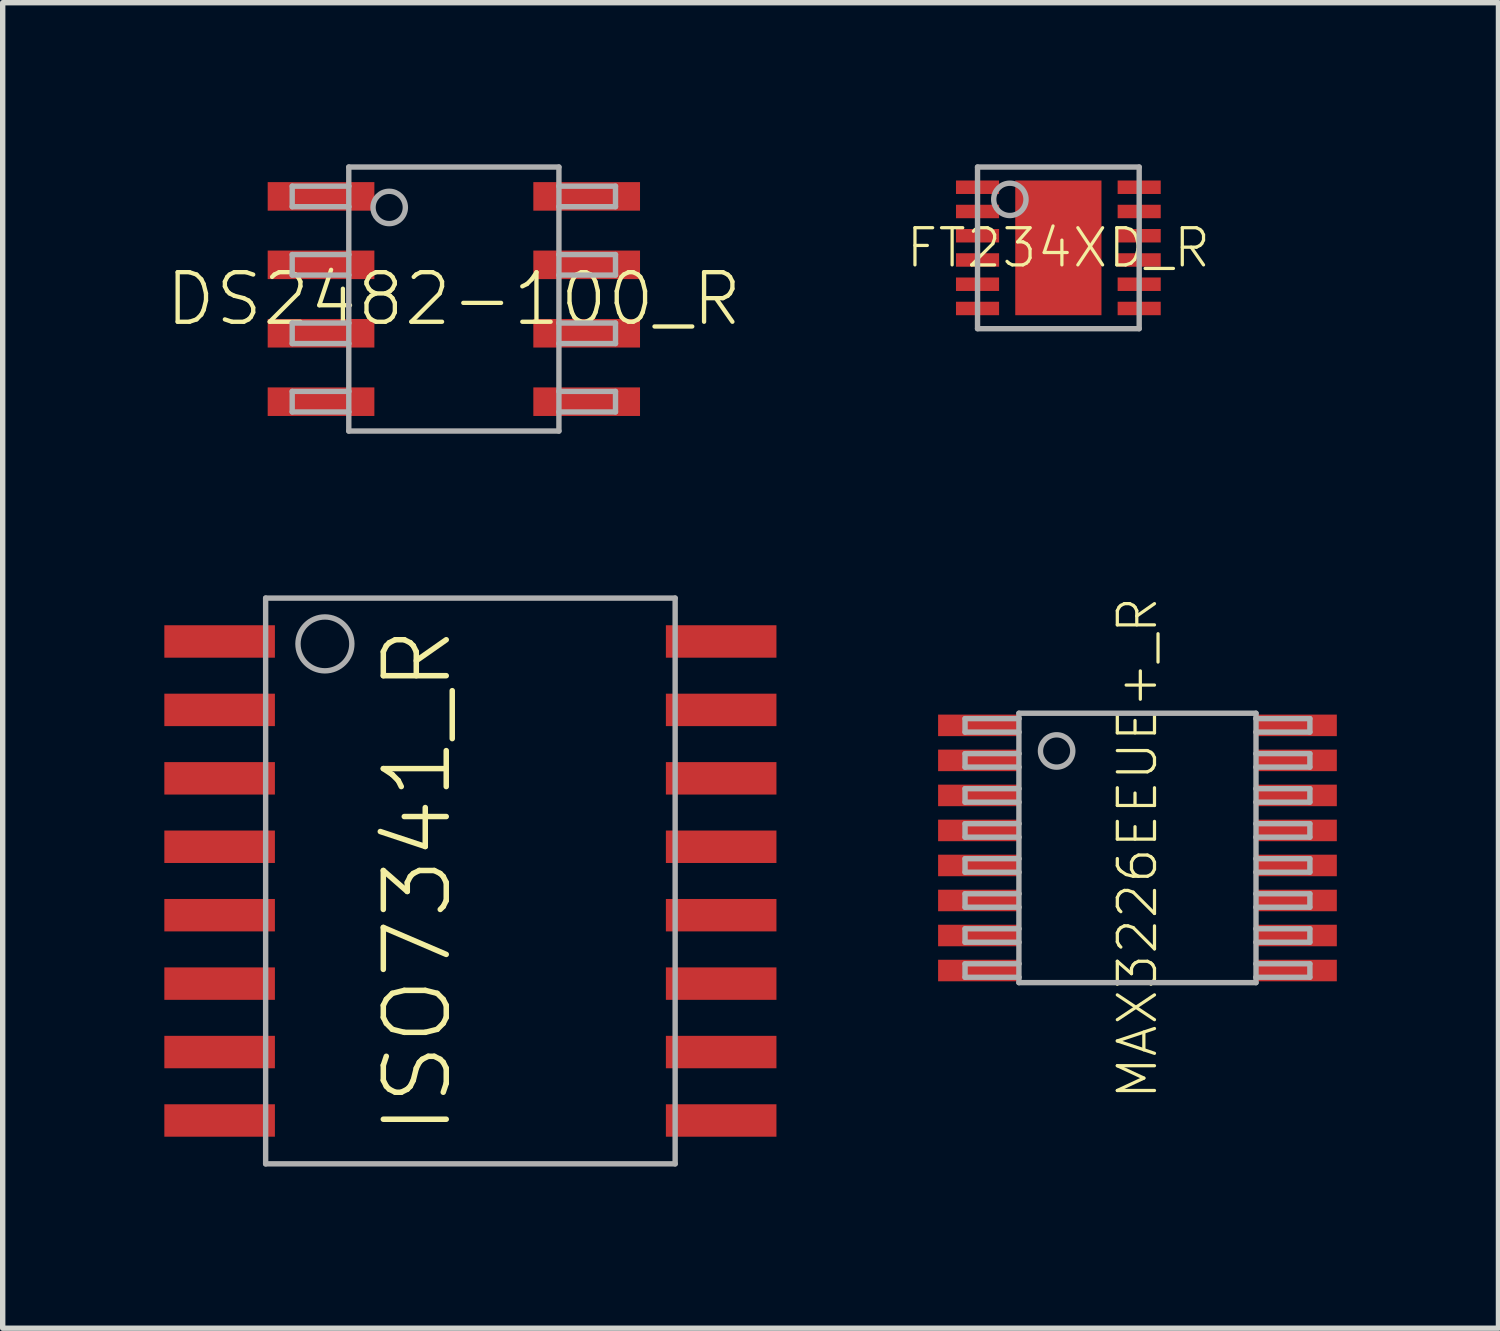
<source format=kicad_pcb>
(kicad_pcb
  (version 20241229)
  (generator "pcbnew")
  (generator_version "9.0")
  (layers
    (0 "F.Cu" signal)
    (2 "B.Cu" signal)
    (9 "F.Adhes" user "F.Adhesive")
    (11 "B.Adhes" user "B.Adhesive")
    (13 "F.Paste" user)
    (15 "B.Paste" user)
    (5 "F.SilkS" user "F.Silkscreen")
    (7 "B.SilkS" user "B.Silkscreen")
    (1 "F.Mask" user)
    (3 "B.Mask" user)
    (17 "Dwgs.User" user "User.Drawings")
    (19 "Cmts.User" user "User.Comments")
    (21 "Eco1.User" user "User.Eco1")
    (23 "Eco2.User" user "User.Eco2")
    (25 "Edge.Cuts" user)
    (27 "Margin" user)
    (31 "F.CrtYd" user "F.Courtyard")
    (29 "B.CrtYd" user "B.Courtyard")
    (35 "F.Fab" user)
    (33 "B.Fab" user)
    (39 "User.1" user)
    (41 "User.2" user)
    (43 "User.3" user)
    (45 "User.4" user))
  (footprint "DS2482-100_R"
    (layer "F.Cu")
    (at 5.373 2.5)
    (property "Reference" "DS2482-100_R" (at 0 0 0) (unlocked yes) (layer "F.SilkS") (effects (font (size 0.92 0.92) (thickness 0.08))))
    (fp_line (start -3 -2.095) (end -3 -1.714) (stroke (width 0.1) (type solid)) (layer "F.Fab"))
    (fp_line (start -3 -1.714) (end -1.95 -1.714) (stroke (width 0.1) (type solid)) (layer "F.Fab"))
    (fp_line (start -3 -0.826) (end -3 -0.445) (stroke (width 0.1) (type solid)) (layer "F.Fab"))
    (fp_line (start -3 -0.445) (end -1.95 -0.445) (stroke (width 0.1) (type solid)) (layer "F.Fab"))
    (fp_line (start -3 0.445) (end -3 0.826) (stroke (width 0.1) (type solid)) (layer "F.Fab"))
    (fp_line (start -3 0.826) (end -1.95 0.826) (stroke (width 0.1) (type solid)) (layer "F.Fab"))
    (fp_line (start -3 1.714) (end -3 2.095) (stroke (width 0.1) (type solid)) (layer "F.Fab"))
    (fp_line (start -3 2.095) (end -1.95 2.095) (stroke (width 0.1) (type solid)) (layer "F.Fab"))
    (fp_line (start -1.95 -2.45) (end -1.95 -2.095) (stroke (width 0.1) (type solid)) (layer "F.Fab"))
    (fp_line (start -1.95 -2.095) (end -3 -2.095) (stroke (width 0.1) (type solid)) (layer "F.Fab"))
    (fp_line (start -1.95 -2.095) (end -1.95 -1.714) (stroke (width 0.1) (type solid)) (layer "F.Fab"))
    (fp_line (start -1.95 -1.714) (end -1.95 -0.826) (stroke (width 0.1) (type solid)) (layer "F.Fab"))
    (fp_line (start -1.95 -0.826) (end -3 -0.826) (stroke (width 0.1) (type solid)) (layer "F.Fab"))
    (fp_line (start -1.95 -0.826) (end -1.95 -0.445) (stroke (width 0.1) (type solid)) (layer "F.Fab"))
    (fp_line (start -1.95 -0.445) (end -1.95 0.445) (stroke (width 0.1) (type solid)) (layer "F.Fab"))
    (fp_line (start -1.95 0.445) (end -3 0.445) (stroke (width 0.1) (type solid)) (layer "F.Fab"))
    (fp_line (start -1.95 0.445) (end -1.95 0.826) (stroke (width 0.1) (type solid)) (layer "F.Fab"))
    (fp_line (start -1.95 0.826) (end -1.95 1.714) (stroke (width 0.1) (type solid)) (layer "F.Fab"))
    (fp_line (start -1.95 1.714) (end -3 1.714) (stroke (width 0.1) (type solid)) (layer "F.Fab"))
    (fp_line (start -1.95 1.714) (end -1.95 2.095) (stroke (width 0.1) (type solid)) (layer "F.Fab"))
    (fp_line (start -1.95 2.095) (end -1.95 2.45) (stroke (width 0.1) (type solid)) (layer "F.Fab"))
    (fp_line (start -1.95 2.45) (end 1.95 2.45) (stroke (width 0.1) (type solid)) (layer "F.Fab"))
    (fp_line (start 1.95 -2.45) (end -1.95 -2.45) (stroke (width 0.1) (type solid)) (layer "F.Fab"))
    (fp_line (start 1.95 -2.095) (end 1.95 -2.45) (stroke (width 0.1) (type solid)) (layer "F.Fab"))
    (fp_line (start 1.95 -1.714) (end 1.95 -2.095) (stroke (width 0.1) (type solid)) (layer "F.Fab"))
    (fp_line (start 1.95 -1.714) (end 3 -1.714) (stroke (width 0.1) (type solid)) (layer "F.Fab"))
    (fp_line (start 1.95 -0.826) (end 1.95 -1.714) (stroke (width 0.1) (type solid)) (layer "F.Fab"))
    (fp_line (start 1.95 -0.445) (end 1.95 -0.826) (stroke (width 0.1) (type solid)) (layer "F.Fab"))
    (fp_line (start 1.95 -0.445) (end 3 -0.445) (stroke (width 0.1) (type solid)) (layer "F.Fab"))
    (fp_line (start 1.95 0.445) (end 1.95 -0.445) (stroke (width 0.1) (type solid)) (layer "F.Fab"))
    (fp_line (start 1.95 0.826) (end 1.95 0.445) (stroke (width 0.1) (type solid)) (layer "F.Fab"))
    (fp_line (start 1.95 0.826) (end 3 0.826) (stroke (width 0.1) (type solid)) (layer "F.Fab"))
    (fp_line (start 1.95 1.714) (end 1.95 0.826) (stroke (width 0.1) (type solid)) (layer "F.Fab"))
    (fp_line (start 1.95 2.095) (end 1.95 1.714) (stroke (width 0.1) (type solid)) (layer "F.Fab"))
    (fp_line (start 1.95 2.095) (end 3 2.095) (stroke (width 0.1) (type solid)) (layer "F.Fab"))
    (fp_line (start 1.95 2.45) (end 1.95 2.095) (stroke (width 0.1) (type solid)) (layer "F.Fab"))
    (fp_line (start 3 -2.095) (end 1.95 -2.095) (stroke (width 0.1) (type solid)) (layer "F.Fab"))
    (fp_line (start 3 -1.714) (end 3 -2.095) (stroke (width 0.1) (type solid)) (layer "F.Fab"))
    (fp_line (start 3 -0.826) (end 1.95 -0.826) (stroke (width 0.1) (type solid)) (layer "F.Fab"))
    (fp_line (start 3 -0.445) (end 3 -0.826) (stroke (width 0.1) (type solid)) (layer "F.Fab"))
    (fp_line (start 3 0.445) (end 1.95 0.445) (stroke (width 0.1) (type solid)) (layer "F.Fab"))
    (fp_line (start 3 0.826) (end 3 0.445) (stroke (width 0.1) (type solid)) (layer "F.Fab"))
    (fp_line (start 3 1.714) (end 1.95 1.714) (stroke (width 0.1) (type solid)) (layer "F.Fab"))
    (fp_line (start 3 2.095) (end 3 1.714) (stroke (width 0.1) (type solid)) (layer "F.Fab"))
    (fp_circle (center -1.2 -1.7) (end -0.9 -1.7) (stroke (width 0.1) (type solid)) (fill no) (layer "F.Fab"))
    (pad "1" smd rect (at -2.465 -1.905) (size 1.98 0.53) (layers "F.Cu" "F.Mask" "F.Paste"))
    (pad "2" smd rect (at -2.465 -0.635) (size 1.98 0.53) (layers "F.Cu" "F.Mask" "F.Paste"))
    (pad "3" smd rect (at -2.465 0.635) (size 1.98 0.53) (layers "F.Cu" "F.Mask" "F.Paste"))
    (pad "4" smd rect (at -2.465 1.905) (size 1.98 0.53) (layers "F.Cu" "F.Mask" "F.Paste"))
    (pad "5" smd rect (at 2.465 1.905) (size 1.98 0.53) (layers "F.Cu" "F.Mask" "F.Paste"))
    (pad "6" smd rect (at 2.465 0.635) (size 1.98 0.53) (layers "F.Cu" "F.Mask" "F.Paste"))
    (pad "7" smd rect (at 2.465 -0.635) (size 1.98 0.53) (layers "F.Cu" "F.Mask" "F.Paste"))
    (pad "8" smd rect (at 2.465 -1.905) (size 1.98 0.53) (layers "F.Cu" "F.Mask" "F.Paste")))
  (footprint "MAX3226EEUE+_R"
    (layer "F.Cu")
    (at 18.06 12.687)
    (property "Reference" "MAX3226EEUE+_R" (at 0 0 90) (unlocked yes) (layer "F.SilkS") (effects (font (size 0.69 0.69) (thickness 0.06))))
    (fp_line (start -3.2 -2.4) (end -3.2 -2.15) (stroke (width 0.1) (type solid)) (layer "F.Fab"))
    (fp_line (start -3.2 -2.15) (end -2.2 -2.15) (stroke (width 0.1) (type solid)) (layer "F.Fab"))
    (fp_line (start -3.2 -1.75) (end -3.2 -1.5) (stroke (width 0.1) (type solid)) (layer "F.Fab"))
    (fp_line (start -3.2 -1.5) (end -2.2 -1.5) (stroke (width 0.1) (type solid)) (layer "F.Fab"))
    (fp_line (start -3.2 -1.1) (end -3.2 -0.85) (stroke (width 0.1) (type solid)) (layer "F.Fab"))
    (fp_line (start -3.2 -0.85) (end -2.2 -0.85) (stroke (width 0.1) (type solid)) (layer "F.Fab"))
    (fp_line (start -3.2 -0.45) (end -3.2 -0.2) (stroke (width 0.1) (type solid)) (layer "F.Fab"))
    (fp_line (start -3.2 -0.2) (end -2.2 -0.2) (stroke (width 0.1) (type solid)) (layer "F.Fab"))
    (fp_line (start -3.2 0.2) (end -3.2 0.45) (stroke (width 0.1) (type solid)) (layer "F.Fab"))
    (fp_line (start -3.2 0.45) (end -2.2 0.45) (stroke (width 0.1) (type solid)) (layer "F.Fab"))
    (fp_line (start -3.2 0.85) (end -3.2 1.1) (stroke (width 0.1) (type solid)) (layer "F.Fab"))
    (fp_line (start -3.2 1.1) (end -2.2 1.1) (stroke (width 0.1) (type solid)) (layer "F.Fab"))
    (fp_line (start -3.2 1.5) (end -3.2 1.75) (stroke (width 0.1) (type solid)) (layer "F.Fab"))
    (fp_line (start -3.2 1.75) (end -2.2 1.75) (stroke (width 0.1) (type solid)) (layer "F.Fab"))
    (fp_line (start -3.2 2.15) (end -3.2 2.4) (stroke (width 0.1) (type solid)) (layer "F.Fab"))
    (fp_line (start -3.2 2.4) (end -2.2 2.4) (stroke (width 0.1) (type solid)) (layer "F.Fab"))
    (fp_line (start -2.2 -2.5) (end 2.2 -2.5) (stroke (width 0.1) (type solid)) (layer "F.Fab"))
    (fp_line (start -2.2 -2.4) (end -3.2 -2.4) (stroke (width 0.1) (type solid)) (layer "F.Fab"))
    (fp_line (start -2.2 -2.4) (end -2.2 -2.5) (stroke (width 0.1) (type solid)) (layer "F.Fab"))
    (fp_line (start -2.2 -2.15) (end -2.2 -2.4) (stroke (width 0.1) (type solid)) (layer "F.Fab"))
    (fp_line (start -2.2 -1.75) (end -3.2 -1.75) (stroke (width 0.1) (type solid)) (layer "F.Fab"))
    (fp_line (start -2.2 -1.75) (end -2.2 -2.15) (stroke (width 0.1) (type solid)) (layer "F.Fab"))
    (fp_line (start -2.2 -1.5) (end -2.2 -1.75) (stroke (width 0.1) (type solid)) (layer "F.Fab"))
    (fp_line (start -2.2 -1.1) (end -3.2 -1.1) (stroke (width 0.1) (type solid)) (layer "F.Fab"))
    (fp_line (start -2.2 -1.1) (end -2.2 -1.5) (stroke (width 0.1) (type solid)) (layer "F.Fab"))
    (fp_line (start -2.2 -0.85) (end -2.2 -1.1) (stroke (width 0.1) (type solid)) (layer "F.Fab"))
    (fp_line (start -2.2 -0.45) (end -3.2 -0.45) (stroke (width 0.1) (type solid)) (layer "F.Fab"))
    (fp_line (start -2.2 -0.45) (end -2.2 -0.85) (stroke (width 0.1) (type solid)) (layer "F.Fab"))
    (fp_line (start -2.2 -0.2) (end -2.2 -0.45) (stroke (width 0.1) (type solid)) (layer "F.Fab"))
    (fp_line (start -2.2 0.2) (end -3.2 0.2) (stroke (width 0.1) (type solid)) (layer "F.Fab"))
    (fp_line (start -2.2 0.2) (end -2.2 -0.2) (stroke (width 0.1) (type solid)) (layer "F.Fab"))
    (fp_line (start -2.2 0.45) (end -2.2 0.2) (stroke (width 0.1) (type solid)) (layer "F.Fab"))
    (fp_line (start -2.2 0.85) (end -3.2 0.85) (stroke (width 0.1) (type solid)) (layer "F.Fab"))
    (fp_line (start -2.2 0.85) (end -2.2 0.45) (stroke (width 0.1) (type solid)) (layer "F.Fab"))
    (fp_line (start -2.2 1.1) (end -2.2 0.85) (stroke (width 0.1) (type solid)) (layer "F.Fab"))
    (fp_line (start -2.2 1.5) (end -3.2 1.5) (stroke (width 0.1) (type solid)) (layer "F.Fab"))
    (fp_line (start -2.2 1.5) (end -2.2 1.1) (stroke (width 0.1) (type solid)) (layer "F.Fab"))
    (fp_line (start -2.2 1.75) (end -2.2 1.5) (stroke (width 0.1) (type solid)) (layer "F.Fab"))
    (fp_line (start -2.2 2.15) (end -3.2 2.15) (stroke (width 0.1) (type solid)) (layer "F.Fab"))
    (fp_line (start -2.2 2.15) (end -2.2 1.75) (stroke (width 0.1) (type solid)) (layer "F.Fab"))
    (fp_line (start -2.2 2.4) (end -2.2 2.15) (stroke (width 0.1) (type solid)) (layer "F.Fab"))
    (fp_line (start -2.2 2.5) (end -2.2 2.4) (stroke (width 0.1) (type solid)) (layer "F.Fab"))
    (fp_line (start 2.2 -2.5) (end 2.2 -2.4) (stroke (width 0.1) (type solid)) (layer "F.Fab"))
    (fp_line (start 2.2 -2.4) (end 2.2 -2.15) (stroke (width 0.1) (type solid)) (layer "F.Fab"))
    (fp_line (start 2.2 -2.15) (end 2.2 -1.75) (stroke (width 0.1) (type solid)) (layer "F.Fab"))
    (fp_line (start 2.2 -2.15) (end 3.2 -2.15) (stroke (width 0.1) (type solid)) (layer "F.Fab"))
    (fp_line (start 2.2 -1.75) (end 2.2 -1.5) (stroke (width 0.1) (type solid)) (layer "F.Fab"))
    (fp_line (start 2.2 -1.5) (end 2.2 -1.1) (stroke (width 0.1) (type solid)) (layer "F.Fab"))
    (fp_line (start 2.2 -1.5) (end 3.2 -1.5) (stroke (width 0.1) (type solid)) (layer "F.Fab"))
    (fp_line (start 2.2 -1.1) (end 2.2 -0.85) (stroke (width 0.1) (type solid)) (layer "F.Fab"))
    (fp_line (start 2.2 -0.85) (end 2.2 -0.45) (stroke (width 0.1) (type solid)) (layer "F.Fab"))
    (fp_line (start 2.2 -0.85) (end 3.2 -0.85) (stroke (width 0.1) (type solid)) (layer "F.Fab"))
    (fp_line (start 2.2 -0.45) (end 2.2 -0.2) (stroke (width 0.1) (type solid)) (layer "F.Fab"))
    (fp_line (start 2.2 -0.2) (end 2.2 0.2) (stroke (width 0.1) (type solid)) (layer "F.Fab"))
    (fp_line (start 2.2 -0.2) (end 3.2 -0.2) (stroke (width 0.1) (type solid)) (layer "F.Fab"))
    (fp_line (start 2.2 0.2) (end 2.2 0.45) (stroke (width 0.1) (type solid)) (layer "F.Fab"))
    (fp_line (start 2.2 0.45) (end 2.2 0.85) (stroke (width 0.1) (type solid)) (layer "F.Fab"))
    (fp_line (start 2.2 0.45) (end 3.2 0.45) (stroke (width 0.1) (type solid)) (layer "F.Fab"))
    (fp_line (start 2.2 0.85) (end 2.2 1.1) (stroke (width 0.1) (type solid)) (layer "F.Fab"))
    (fp_line (start 2.2 1.1) (end 2.2 1.5) (stroke (width 0.1) (type solid)) (layer "F.Fab"))
    (fp_line (start 2.2 1.1) (end 3.2 1.1) (stroke (width 0.1) (type solid)) (layer "F.Fab"))
    (fp_line (start 2.2 1.5) (end 2.2 1.75) (stroke (width 0.1) (type solid)) (layer "F.Fab"))
    (fp_line (start 2.2 1.75) (end 2.2 2.15) (stroke (width 0.1) (type solid)) (layer "F.Fab"))
    (fp_line (start 2.2 1.75) (end 3.2 1.75) (stroke (width 0.1) (type solid)) (layer "F.Fab"))
    (fp_line (start 2.2 2.15) (end 2.2 2.4) (stroke (width 0.1) (type solid)) (layer "F.Fab"))
    (fp_line (start 2.2 2.4) (end 2.2 2.5) (stroke (width 0.1) (type solid)) (layer "F.Fab"))
    (fp_line (start 2.2 2.4) (end 3.2 2.4) (stroke (width 0.1) (type solid)) (layer "F.Fab"))
    (fp_line (start 2.2 2.5) (end -2.2 2.5) (stroke (width 0.1) (type solid)) (layer "F.Fab"))
    (fp_line (start 3.2 -2.4) (end 2.2 -2.4) (stroke (width 0.1) (type solid)) (layer "F.Fab"))
    (fp_line (start 3.2 -2.15) (end 3.2 -2.4) (stroke (width 0.1) (type solid)) (layer "F.Fab"))
    (fp_line (start 3.2 -1.75) (end 2.2 -1.75) (stroke (width 0.1) (type solid)) (layer "F.Fab"))
    (fp_line (start 3.2 -1.5) (end 3.2 -1.75) (stroke (width 0.1) (type solid)) (layer "F.Fab"))
    (fp_line (start 3.2 -1.1) (end 2.2 -1.1) (stroke (width 0.1) (type solid)) (layer "F.Fab"))
    (fp_line (start 3.2 -0.85) (end 3.2 -1.1) (stroke (width 0.1) (type solid)) (layer "F.Fab"))
    (fp_line (start 3.2 -0.45) (end 2.2 -0.45) (stroke (width 0.1) (type solid)) (layer "F.Fab"))
    (fp_line (start 3.2 -0.2) (end 3.2 -0.45) (stroke (width 0.1) (type solid)) (layer "F.Fab"))
    (fp_line (start 3.2 0.2) (end 2.2 0.2) (stroke (width 0.1) (type solid)) (layer "F.Fab"))
    (fp_line (start 3.2 0.45) (end 3.2 0.2) (stroke (width 0.1) (type solid)) (layer "F.Fab"))
    (fp_line (start 3.2 0.85) (end 2.2 0.85) (stroke (width 0.1) (type solid)) (layer "F.Fab"))
    (fp_line (start 3.2 1.1) (end 3.2 0.85) (stroke (width 0.1) (type solid)) (layer "F.Fab"))
    (fp_line (start 3.2 1.5) (end 2.2 1.5) (stroke (width 0.1) (type solid)) (layer "F.Fab"))
    (fp_line (start 3.2 1.75) (end 3.2 1.5) (stroke (width 0.1) (type solid)) (layer "F.Fab"))
    (fp_line (start 3.2 2.15) (end 2.2 2.15) (stroke (width 0.1) (type solid)) (layer "F.Fab"))
    (fp_line (start 3.2 2.4) (end 3.2 2.15) (stroke (width 0.1) (type solid)) (layer "F.Fab"))
    (fp_circle (center -1.5 -1.8) (end -1.2 -1.8) (stroke (width 0.1) (type solid)) (fill no) (layer "F.Fab"))
    (pad "1" smd rect (at -2.95 -2.275) (size 1.5 0.4) (layers "F.Cu" "F.Mask" "F.Paste"))
    (pad "2" smd rect (at -2.95 -1.625) (size 1.5 0.4) (layers "F.Cu" "F.Mask" "F.Paste"))
    (pad "3" smd rect (at -2.95 -0.975) (size 1.5 0.4) (layers "F.Cu" "F.Mask" "F.Paste"))
    (pad "4" smd rect (at -2.95 -0.325) (size 1.5 0.4) (layers "F.Cu" "F.Mask" "F.Paste"))
    (pad "5" smd rect (at -2.95 0.325) (size 1.5 0.4) (layers "F.Cu" "F.Mask" "F.Paste"))
    (pad "6" smd rect (at -2.95 0.975) (size 1.5 0.4) (layers "F.Cu" "F.Mask" "F.Paste"))
    (pad "7" smd rect (at -2.95 1.625) (size 1.5 0.4) (layers "F.Cu" "F.Mask" "F.Paste"))
    (pad "8" smd rect (at -2.95 2.275) (size 1.5 0.4) (layers "F.Cu" "F.Mask" "F.Paste"))
    (pad "9" smd rect (at 2.95 2.275) (size 1.5 0.4) (layers "F.Cu" "F.Mask" "F.Paste"))
    (pad "10" smd rect (at 2.95 1.625) (size 1.5 0.4) (layers "F.Cu" "F.Mask" "F.Paste"))
    (pad "11" smd rect (at 2.95 0.975) (size 1.5 0.4) (layers "F.Cu" "F.Mask" "F.Paste"))
    (pad "12" smd rect (at 2.95 0.325) (size 1.5 0.4) (layers "F.Cu" "F.Mask" "F.Paste"))
    (pad "13" smd rect (at 2.95 -0.325) (size 1.5 0.4) (layers "F.Cu" "F.Mask" "F.Paste"))
    (pad "14" smd rect (at 2.95 -0.975) (size 1.5 0.4) (layers "F.Cu" "F.Mask" "F.Paste"))
    (pad "15" smd rect (at 2.95 -1.625) (size 1.5 0.4) (layers "F.Cu" "F.Mask" "F.Paste"))
    (pad "16" smd rect (at 2.95 -2.275) (size 1.5 0.4) (layers "F.Cu" "F.Mask" "F.Paste")))
  (footprint "FT234XD_R"
    (layer "F.Cu")
    (at 16.592 1.55)
    (property "Reference" "FT234XD_R" (at 0 0 0) (unlocked yes) (layer "F.SilkS") (effects (font (size 0.69 0.69) (thickness 0.06))))
    (fp_poly (pts (xy -1.975 1.325) (xy -1.025 1.325) (xy -1.025 -1.325) (xy -1.975 -1.325)) (stroke (width 0) (type default)) (fill yes) (layer "F.Mask"))
    (fp_poly (pts (xy -0.875 1.325) (xy 0.875 1.325) (xy 0.875 -1.325) (xy -0.875 -1.325)) (stroke (width 0) (type default)) (fill yes) (layer "F.Mask"))
    (fp_poly (pts (xy 1.025 1.325) (xy 1.975 1.325) (xy 1.975 -1.325) (xy 1.025 -1.325)) (stroke (width 0) (type default)) (fill yes) (layer "F.Mask"))
    (fp_line (start -1.5 -1.5) (end -1.5 1.5) (stroke (width 0.1) (type solid)) (layer "F.Fab"))
    (fp_line (start -1.5 1.5) (end 1.5 1.5) (stroke (width 0.1) (type solid)) (layer "F.Fab"))
    (fp_line (start 1.5 -1.5) (end -1.5 -1.5) (stroke (width 0.1) (type solid)) (layer "F.Fab"))
    (fp_line (start 1.5 1.5) (end 1.5 -1.5) (stroke (width 0.1) (type solid)) (layer "F.Fab"))
    (fp_circle (center -0.9 -0.9) (end -0.6 -0.9) (stroke (width 0.1) (type solid)) (fill no) (layer "F.Fab"))
    (pad "0" smd rect (at 0 0) (size 1.6 2.5) (layers "F.Cu" "F.Paste"))
    (pad "1" smd rect (at -1.5 -1.125) (size 0.8 0.25) (layers "F.Cu" "F.Paste"))
    (pad "2" smd rect (at -1.5 -0.675) (size 0.8 0.25) (layers "F.Cu" "F.Paste"))
    (pad "3" smd rect (at -1.5 -0.225) (size 0.8 0.25) (layers "F.Cu" "F.Paste"))
    (pad "4" smd rect (at -1.5 0.225) (size 0.8 0.25) (layers "F.Cu" "F.Paste"))
    (pad "5" smd rect (at -1.5 0.675) (size 0.8 0.25) (layers "F.Cu" "F.Paste"))
    (pad "6" smd rect (at -1.5 1.125) (size 0.8 0.25) (layers "F.Cu" "F.Paste"))
    (pad "7" smd rect (at 1.5 1.125) (size 0.8 0.25) (layers "F.Cu" "F.Paste"))
    (pad "8" smd rect (at 1.5 0.675) (size 0.8 0.25) (layers "F.Cu" "F.Paste"))
    (pad "9" smd rect (at 1.5 0.225) (size 0.8 0.25) (layers "F.Cu" "F.Paste"))
    (pad "10" smd rect (at 1.5 -0.225) (size 0.8 0.25) (layers "F.Cu" "F.Paste"))
    (pad "11" smd rect (at 1.5 -0.675) (size 0.8 0.25) (layers "F.Cu" "F.Paste"))
    (pad "12" smd rect (at 1.5 -1.125) (size 0.8 0.25) (layers "F.Cu" "F.Paste")))
  (footprint "ISO7341_R"
    (layer "F.Cu")
    (at 5.68 13.3)
    (property "Reference" "ISO7341_R" (at -0.3 0 90) (unlocked yes) (layer "F.SilkS") (effects (font (size 1.168 1.168) (thickness 0.102)) (justify bottom)))
    (fp_line (start -3.8 -5.25) (end 3.8 -5.25) (stroke (width 0.1) (type solid)) (layer "F.Fab"))
    (fp_line (start -3.8 5.25) (end -3.8 -5.25) (stroke (width 0.1) (type solid)) (layer "F.Fab"))
    (fp_line (start 3.8 -5.25) (end 3.8 5.25) (stroke (width 0.1) (type solid)) (layer "F.Fab"))
    (fp_line (start 3.8 5.25) (end -3.8 5.25) (stroke (width 0.1) (type solid)) (layer "F.Fab"))
    (fp_circle (center -2.7 -4.4) (end -2.2 -4.4) (stroke (width 0.1) (type solid)) (fill no) (layer "F.Fab"))
    (pad "1" smd rect (at -4.654 -4.445) (size 2.052 0.602) (layers "F.Cu" "F.Mask" "F.Paste"))
    (pad "2" smd rect (at -4.654 -3.175) (size 2.052 0.602) (layers "F.Cu" "F.Mask" "F.Paste"))
    (pad "3" smd rect (at -4.654 -1.905) (size 2.052 0.602) (layers "F.Cu" "F.Mask" "F.Paste"))
    (pad "4" smd rect (at -4.654 -0.635) (size 2.052 0.602) (layers "F.Cu" "F.Mask" "F.Paste"))
    (pad "5" smd rect (at -4.654 0.635) (size 2.052 0.602) (layers "F.Cu" "F.Mask" "F.Paste"))
    (pad "6" smd rect (at -4.654 1.905) (size 2.052 0.602) (layers "F.Cu" "F.Mask" "F.Paste"))
    (pad "7" smd rect (at -4.654 3.175) (size 2.052 0.602) (layers "F.Cu" "F.Mask" "F.Paste"))
    (pad "8" smd rect (at -4.654 4.445) (size 2.052 0.602) (layers "F.Cu" "F.Mask" "F.Paste"))
    (pad "9" smd rect (at 4.654 4.445) (size 2.052 0.602) (layers "F.Cu" "F.Mask" "F.Paste"))
    (pad "10" smd rect (at 4.654 3.175) (size 2.052 0.602) (layers "F.Cu" "F.Mask" "F.Paste"))
    (pad "11" smd rect (at 4.654 1.905) (size 2.052 0.602) (layers "F.Cu" "F.Mask" "F.Paste"))
    (pad "12" smd rect (at 4.654 0.635) (size 2.052 0.602) (layers "F.Cu" "F.Mask" "F.Paste"))
    (pad "13" smd rect (at 4.654 -0.635) (size 2.052 0.602) (layers "F.Cu" "F.Mask" "F.Paste"))
    (pad "14" smd rect (at 4.654 -1.905) (size 2.052 0.602) (layers "F.Cu" "F.Mask" "F.Paste"))
    (pad "15" smd rect (at 4.654 -3.175) (size 2.052 0.602) (layers "F.Cu" "F.Mask" "F.Paste"))
    (pad "16" smd rect (at 4.654 -4.445) (size 2.052 0.602) (layers "F.Cu" "F.Mask" "F.Paste")))
  (gr_rect
    (start -3 -3)
    (end 24.76 21.6)
    (stroke (width 0.1) (type default))
    (fill no)
    (layer "Edge.Cuts")))
</source>
